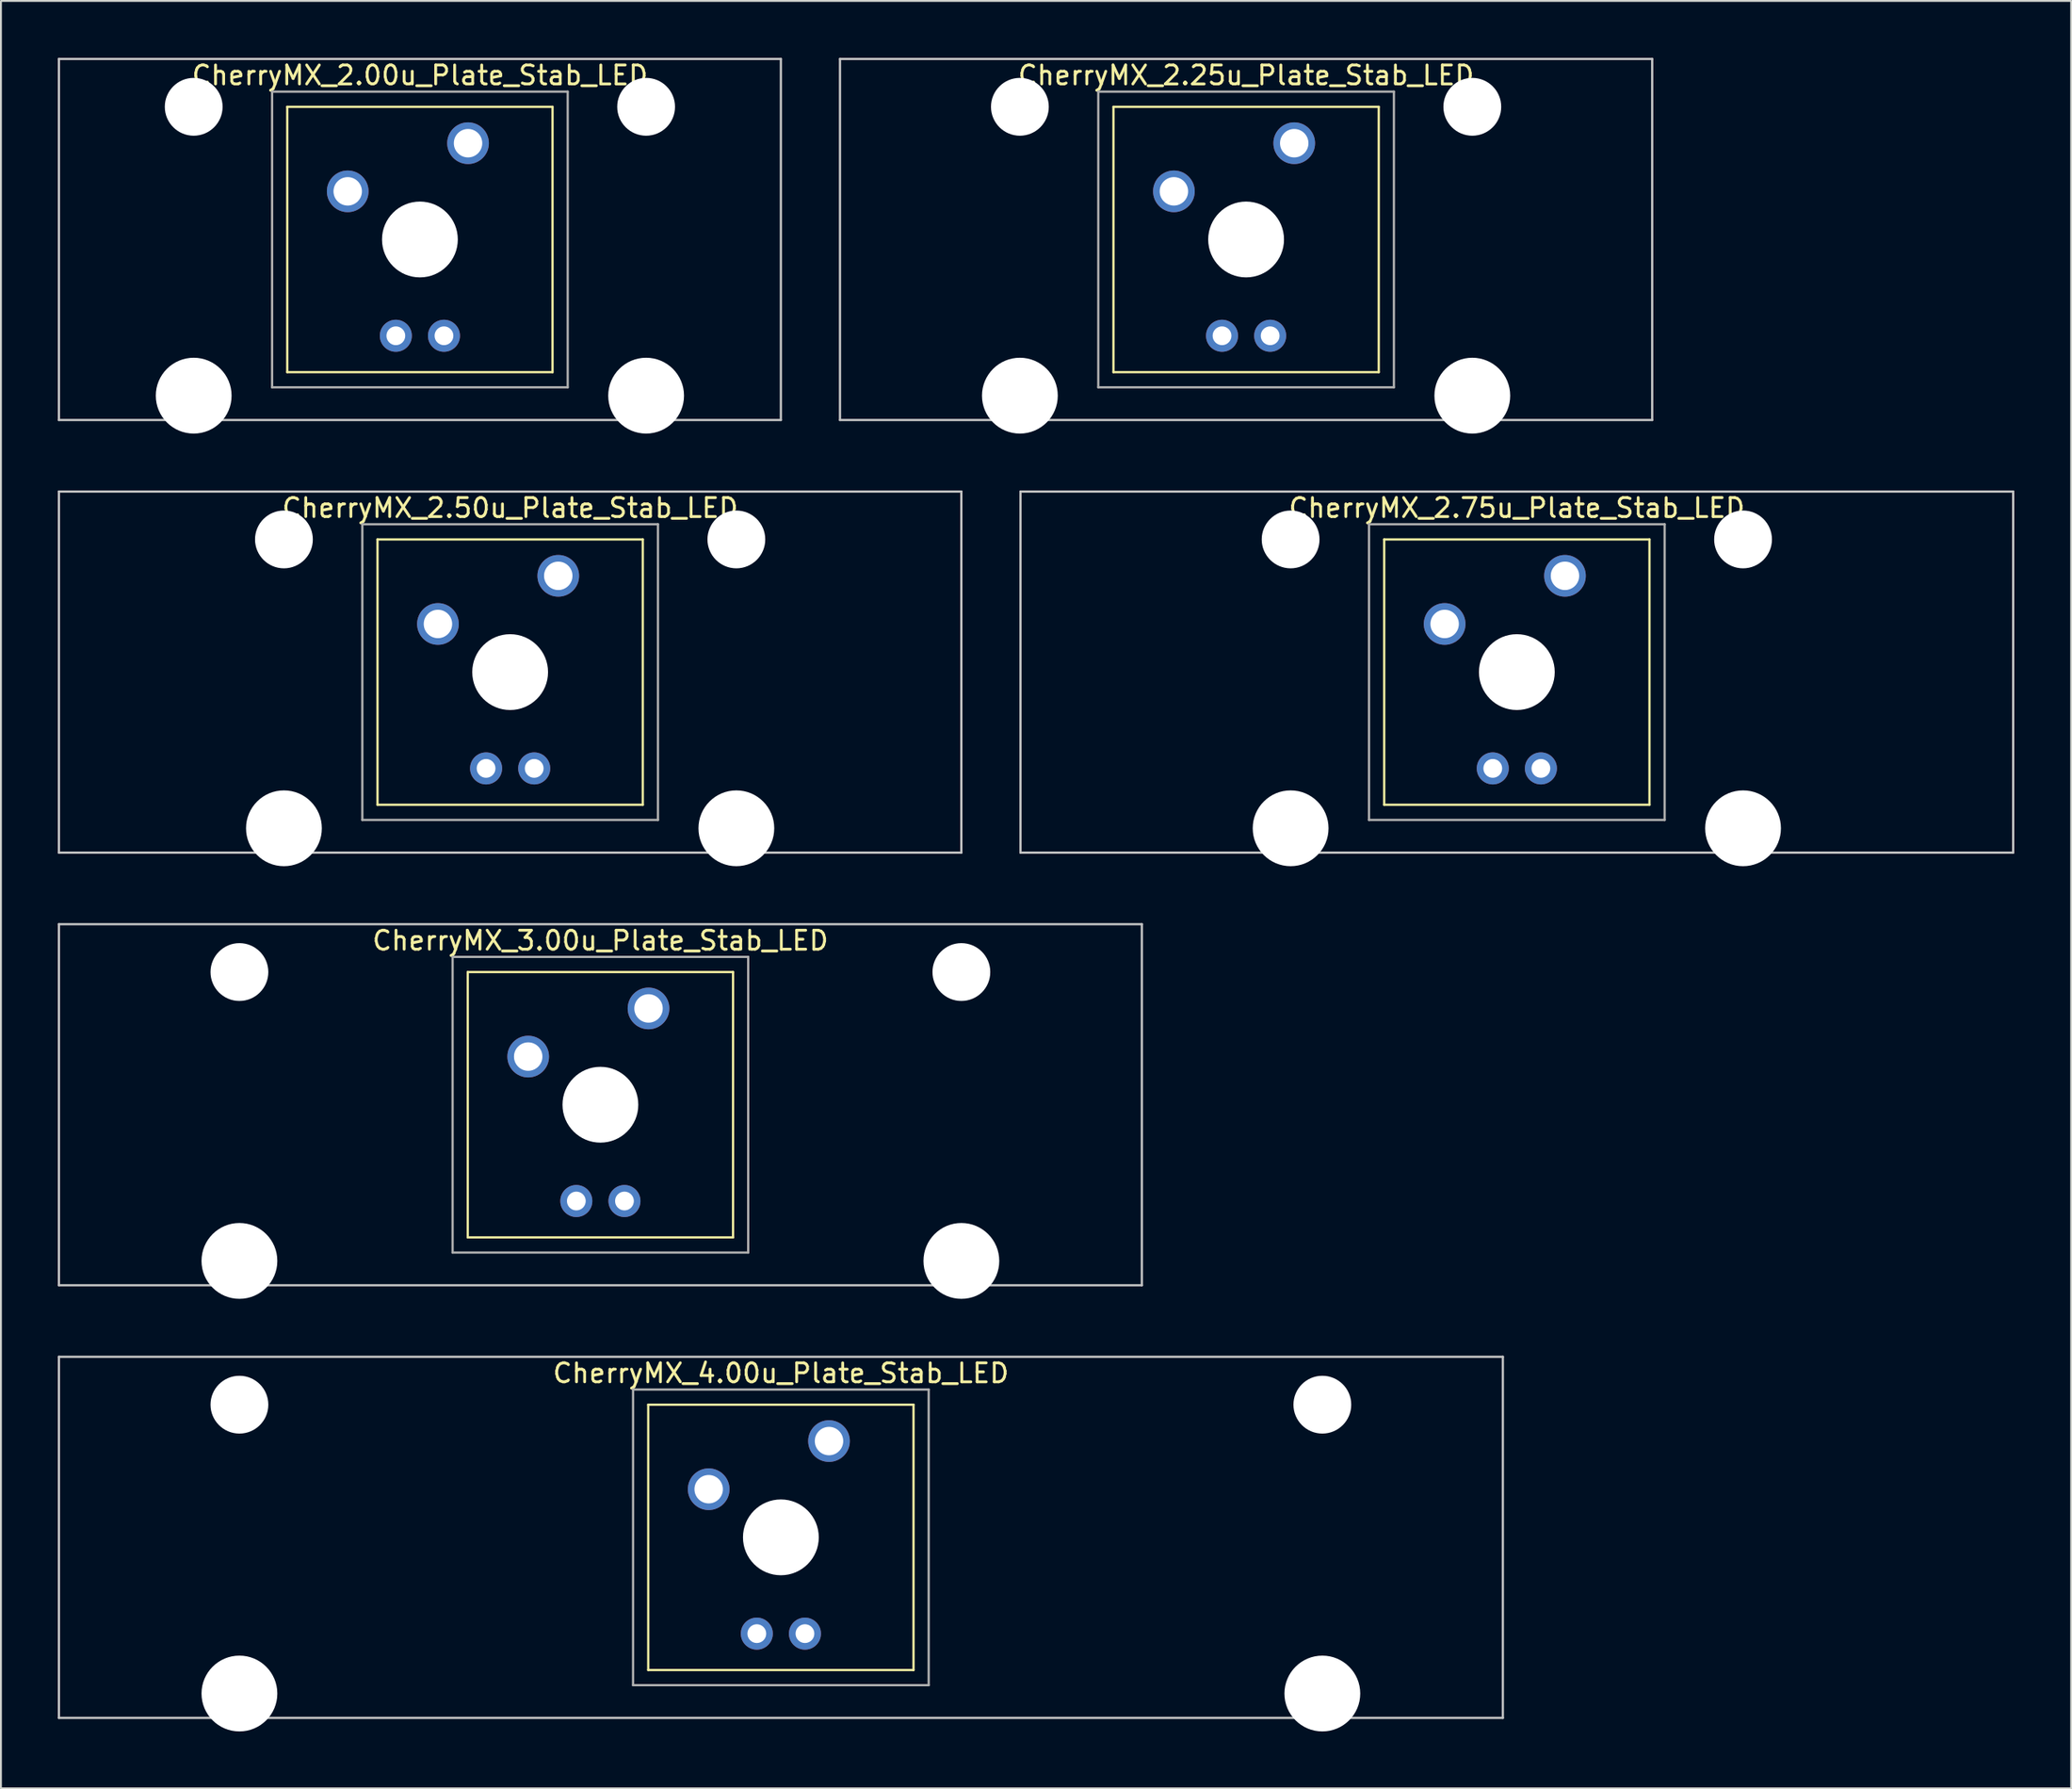
<source format=kicad_pcb>
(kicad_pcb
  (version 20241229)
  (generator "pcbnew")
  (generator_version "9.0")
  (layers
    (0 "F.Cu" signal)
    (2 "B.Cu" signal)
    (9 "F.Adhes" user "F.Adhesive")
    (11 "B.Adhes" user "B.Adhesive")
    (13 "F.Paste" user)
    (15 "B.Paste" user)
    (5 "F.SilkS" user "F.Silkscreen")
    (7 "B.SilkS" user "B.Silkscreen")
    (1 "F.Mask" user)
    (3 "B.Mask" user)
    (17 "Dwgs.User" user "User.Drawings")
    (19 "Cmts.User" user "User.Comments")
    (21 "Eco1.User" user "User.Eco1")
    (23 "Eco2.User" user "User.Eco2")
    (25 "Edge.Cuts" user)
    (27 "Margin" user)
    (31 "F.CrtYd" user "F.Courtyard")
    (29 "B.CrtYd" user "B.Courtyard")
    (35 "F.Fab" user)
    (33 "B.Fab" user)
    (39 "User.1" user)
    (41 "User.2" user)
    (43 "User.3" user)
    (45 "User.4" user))
  (footprint "CherryMX_4.00u_Plate_Stab_LED"
    (layer "F.Cu")
    (at 38.16 78.06)
    (property "Reference" "CherryMX_4.00u_Plate_Stab_LED" (at 0 -8.662 0) (layer "F.SilkS") (effects (font (size 1 1) (thickness 0.15))))
    (attr through_hole)
    (fp_line (start -7 -7) (end -7 7) (stroke (width 0.12) (type solid)) (layer "F.SilkS"))
    (fp_line (start -7 -7) (end 7 -7) (stroke (width 0.12) (type solid)) (layer "F.SilkS"))
    (fp_line (start 7 -7) (end 7 7) (stroke (width 0.12) (type solid)) (layer "F.SilkS"))
    (fp_line (start 7 7) (end -7 7) (stroke (width 0.12) (type solid)) (layer "F.SilkS"))
    (fp_line (start -38.1 -9.525) (end 38.1 -9.525) (stroke (width 0.12) (type solid)) (layer "Dwgs.User"))
    (fp_line (start -38.1 9.525) (end -38.1 -9.525) (stroke (width 0.12) (type solid)) (layer "Dwgs.User"))
    (fp_line (start 38.1 -9.525) (end 38.1 9.525) (stroke (width 0.12) (type solid)) (layer "Dwgs.User"))
    (fp_line (start 38.1 9.525) (end -38.1 9.525) (stroke (width 0.12) (type solid)) (layer "Dwgs.User"))
    (fp_line (start -7.8 -7.8) (end -7.8 7.8) (stroke (width 0.12) (type solid)) (layer "F.Fab"))
    (fp_line (start -7.8 -7.8) (end 7.8 -7.8) (stroke (width 0.12) (type solid)) (layer "F.Fab"))
    (fp_line (start -7.8 7.8) (end 7.8 7.8) (stroke (width 0.12) (type solid)) (layer "F.Fab"))
    (fp_line (start 7.8 -7.8) (end 7.8 7.8) (stroke (width 0.12) (type solid)) (layer "F.Fab"))
    (pad "" np_thru_hole circle (at -28.575 -7) (size 3.05 3.05) (drill 3.05) (layers "*.Cu" "*.Mask"))
    (pad "" np_thru_hole circle (at -28.575 8.24) (size 4 4) (drill 4) (layers "*.Cu" "*.Mask"))
    (pad "" np_thru_hole circle (at 0 0) (size 4 4) (drill 4) (layers "*.Cu" "*.Mask"))
    (pad "" np_thru_hole circle (at 28.575 -7) (size 3.05 3.05) (drill 3.05) (layers "*.Cu" "*.Mask"))
    (pad "" np_thru_hole circle (at 28.575 8.24) (size 4 4) (drill 4) (layers "*.Cu" "*.Mask"))
    (pad "1" thru_hole circle (at -3.81 -2.54) (size 2.2 2.2) (drill 1.5) (layers "*.Cu" "*.Mask"))
    (pad "2" thru_hole circle (at 2.54 -5.08) (size 2.2 2.2) (drill 1.5) (layers "*.Cu" "*.Mask"))
    (pad "3" thru_hole circle (at -1.27 5.08) (size 1.691 1.691) (drill 0.991) (layers "*.Cu" "*.Mask"))
    (pad "4" thru_hole circle (at 1.27 5.08) (size 1.691 1.691) (drill 0.991) (layers "*.Cu" "*.Mask")))
  (footprint "CherryMX_2.75u_Plate_Stab_LED"
    (layer "F.Cu")
    (at 76.999 32.41)
    (property "Reference" "CherryMX_2.75u_Plate_Stab_LED" (at 0 -8.662 0) (layer "F.SilkS") (effects (font (size 1 1) (thickness 0.15))))
    (attr through_hole)
    (fp_line (start -7 -7) (end -7 7) (stroke (width 0.12) (type solid)) (layer "F.SilkS"))
    (fp_line (start -7 -7) (end 7 -7) (stroke (width 0.12) (type solid)) (layer "F.SilkS"))
    (fp_line (start 7 -7) (end 7 7) (stroke (width 0.12) (type solid)) (layer "F.SilkS"))
    (fp_line (start 7 7) (end -7 7) (stroke (width 0.12) (type solid)) (layer "F.SilkS"))
    (fp_line (start -26.194 -9.525) (end 26.194 -9.525) (stroke (width 0.12) (type solid)) (layer "Dwgs.User"))
    (fp_line (start -26.194 9.525) (end -26.194 -9.525) (stroke (width 0.12) (type solid)) (layer "Dwgs.User"))
    (fp_line (start 26.194 -9.525) (end 26.194 9.525) (stroke (width 0.12) (type solid)) (layer "Dwgs.User"))
    (fp_line (start 26.194 9.525) (end -26.194 9.525) (stroke (width 0.12) (type solid)) (layer "Dwgs.User"))
    (fp_line (start -7.8 -7.8) (end -7.8 7.8) (stroke (width 0.12) (type solid)) (layer "F.Fab"))
    (fp_line (start -7.8 -7.8) (end 7.8 -7.8) (stroke (width 0.12) (type solid)) (layer "F.Fab"))
    (fp_line (start -7.8 7.8) (end 7.8 7.8) (stroke (width 0.12) (type solid)) (layer "F.Fab"))
    (fp_line (start 7.8 -7.8) (end 7.8 7.8) (stroke (width 0.12) (type solid)) (layer "F.Fab"))
    (pad "" np_thru_hole circle (at -11.938 -7) (size 3.05 3.05) (drill 3.05) (layers "*.Cu" "*.Mask"))
    (pad "" np_thru_hole circle (at -11.938 8.24) (size 4 4) (drill 4) (layers "*.Cu" "*.Mask"))
    (pad "" np_thru_hole circle (at 0 0) (size 4 4) (drill 4) (layers "*.Cu" "*.Mask"))
    (pad "" np_thru_hole circle (at 11.938 -7) (size 3.05 3.05) (drill 3.05) (layers "*.Cu" "*.Mask"))
    (pad "" np_thru_hole circle (at 11.938 8.24) (size 4 4) (drill 4) (layers "*.Cu" "*.Mask"))
    (pad "1" thru_hole circle (at -3.81 -2.54) (size 2.2 2.2) (drill 1.5) (layers "*.Cu" "*.Mask"))
    (pad "2" thru_hole circle (at 2.54 -5.08) (size 2.2 2.2) (drill 1.5) (layers "*.Cu" "*.Mask"))
    (pad "3" thru_hole circle (at -1.27 5.08) (size 1.691 1.691) (drill 0.991) (layers "*.Cu" "*.Mask"))
    (pad "4" thru_hole circle (at 1.27 5.08) (size 1.691 1.691) (drill 0.991) (layers "*.Cu" "*.Mask")))
  (footprint "CherryMX_3.00u_Plate_Stab_LED"
    (layer "F.Cu")
    (at 28.635 55.235)
    (property "Reference" "CherryMX_3.00u_Plate_Stab_LED" (at 0 -8.662 0) (layer "F.SilkS") (effects (font (size 1 1) (thickness 0.15))))
    (attr through_hole)
    (fp_line (start -7 -7) (end -7 7) (stroke (width 0.12) (type solid)) (layer "F.SilkS"))
    (fp_line (start -7 -7) (end 7 -7) (stroke (width 0.12) (type solid)) (layer "F.SilkS"))
    (fp_line (start 7 -7) (end 7 7) (stroke (width 0.12) (type solid)) (layer "F.SilkS"))
    (fp_line (start 7 7) (end -7 7) (stroke (width 0.12) (type solid)) (layer "F.SilkS"))
    (fp_line (start -28.575 -9.525) (end 28.575 -9.525) (stroke (width 0.12) (type solid)) (layer "Dwgs.User"))
    (fp_line (start -28.575 9.525) (end -28.575 -9.525) (stroke (width 0.12) (type solid)) (layer "Dwgs.User"))
    (fp_line (start 28.575 -9.525) (end 28.575 9.525) (stroke (width 0.12) (type solid)) (layer "Dwgs.User"))
    (fp_line (start 28.575 9.525) (end -28.575 9.525) (stroke (width 0.12) (type solid)) (layer "Dwgs.User"))
    (fp_line (start -7.8 -7.8) (end -7.8 7.8) (stroke (width 0.12) (type solid)) (layer "F.Fab"))
    (fp_line (start -7.8 -7.8) (end 7.8 -7.8) (stroke (width 0.12) (type solid)) (layer "F.Fab"))
    (fp_line (start -7.8 7.8) (end 7.8 7.8) (stroke (width 0.12) (type solid)) (layer "F.Fab"))
    (fp_line (start 7.8 -7.8) (end 7.8 7.8) (stroke (width 0.12) (type solid)) (layer "F.Fab"))
    (pad "" np_thru_hole circle (at -19.05 -7) (size 3.05 3.05) (drill 3.05) (layers "*.Cu" "*.Mask"))
    (pad "" np_thru_hole circle (at -19.05 8.24) (size 4 4) (drill 4) (layers "*.Cu" "*.Mask"))
    (pad "" np_thru_hole circle (at 0 0) (size 4 4) (drill 4) (layers "*.Cu" "*.Mask"))
    (pad "" np_thru_hole circle (at 19.05 -7) (size 3.05 3.05) (drill 3.05) (layers "*.Cu" "*.Mask"))
    (pad "" np_thru_hole circle (at 19.05 8.24) (size 4 4) (drill 4) (layers "*.Cu" "*.Mask"))
    (pad "1" thru_hole circle (at -3.81 -2.54) (size 2.2 2.2) (drill 1.5) (layers "*.Cu" "*.Mask"))
    (pad "2" thru_hole circle (at 2.54 -5.08) (size 2.2 2.2) (drill 1.5) (layers "*.Cu" "*.Mask"))
    (pad "3" thru_hole circle (at -1.27 5.08) (size 1.691 1.691) (drill 0.991) (layers "*.Cu" "*.Mask"))
    (pad "4" thru_hole circle (at 1.27 5.08) (size 1.691 1.691) (drill 0.991) (layers "*.Cu" "*.Mask")))
  (footprint "CherryMX_2.25u_Plate_Stab_LED"
    (layer "F.Cu")
    (at 62.711 9.585)
    (property "Reference" "CherryMX_2.25u_Plate_Stab_LED" (at 0 -8.662 0) (layer "F.SilkS") (effects (font (size 1 1) (thickness 0.15))))
    (attr through_hole)
    (fp_line (start -7 -7) (end -7 7) (stroke (width 0.12) (type solid)) (layer "F.SilkS"))
    (fp_line (start -7 -7) (end 7 -7) (stroke (width 0.12) (type solid)) (layer "F.SilkS"))
    (fp_line (start 7 -7) (end 7 7) (stroke (width 0.12) (type solid)) (layer "F.SilkS"))
    (fp_line (start 7 7) (end -7 7) (stroke (width 0.12) (type solid)) (layer "F.SilkS"))
    (fp_line (start -21.431 -9.525) (end 21.431 -9.525) (stroke (width 0.12) (type solid)) (layer "Dwgs.User"))
    (fp_line (start -21.431 9.525) (end -21.431 -9.525) (stroke (width 0.12) (type solid)) (layer "Dwgs.User"))
    (fp_line (start 21.431 -9.525) (end 21.431 9.525) (stroke (width 0.12) (type solid)) (layer "Dwgs.User"))
    (fp_line (start 21.431 9.525) (end -21.431 9.525) (stroke (width 0.12) (type solid)) (layer "Dwgs.User"))
    (fp_line (start -7.8 -7.8) (end -7.8 7.8) (stroke (width 0.12) (type solid)) (layer "F.Fab"))
    (fp_line (start -7.8 -7.8) (end 7.8 -7.8) (stroke (width 0.12) (type solid)) (layer "F.Fab"))
    (fp_line (start -7.8 7.8) (end 7.8 7.8) (stroke (width 0.12) (type solid)) (layer "F.Fab"))
    (fp_line (start 7.8 -7.8) (end 7.8 7.8) (stroke (width 0.12) (type solid)) (layer "F.Fab"))
    (pad "" np_thru_hole circle (at -11.938 -7) (size 3.05 3.05) (drill 3.05) (layers "*.Cu" "*.Mask"))
    (pad "" np_thru_hole circle (at -11.938 8.24) (size 4 4) (drill 4) (layers "*.Cu" "*.Mask"))
    (pad "" np_thru_hole circle (at 0 0) (size 4 4) (drill 4) (layers "*.Cu" "*.Mask"))
    (pad "" np_thru_hole circle (at 11.938 -7) (size 3.05 3.05) (drill 3.05) (layers "*.Cu" "*.Mask"))
    (pad "" np_thru_hole circle (at 11.938 8.24) (size 4 4) (drill 4) (layers "*.Cu" "*.Mask"))
    (pad "1" thru_hole circle (at -3.81 -2.54) (size 2.2 2.2) (drill 1.5) (layers "*.Cu" "*.Mask"))
    (pad "2" thru_hole circle (at 2.54 -5.08) (size 2.2 2.2) (drill 1.5) (layers "*.Cu" "*.Mask"))
    (pad "3" thru_hole circle (at -1.27 5.08) (size 1.691 1.691) (drill 0.991) (layers "*.Cu" "*.Mask"))
    (pad "4" thru_hole circle (at 1.27 5.08) (size 1.691 1.691) (drill 0.991) (layers "*.Cu" "*.Mask")))
  (footprint "CherryMX_2.00u_Plate_Stab_LED"
    (layer "F.Cu")
    (at 19.11 9.585)
    (property "Reference" "CherryMX_2.00u_Plate_Stab_LED" (at 0 -8.662 0) (layer "F.SilkS") (effects (font (size 1 1) (thickness 0.15))))
    (attr through_hole)
    (fp_line (start -7 -7) (end -7 7) (stroke (width 0.12) (type solid)) (layer "F.SilkS"))
    (fp_line (start -7 -7) (end 7 -7) (stroke (width 0.12) (type solid)) (layer "F.SilkS"))
    (fp_line (start 7 -7) (end 7 7) (stroke (width 0.12) (type solid)) (layer "F.SilkS"))
    (fp_line (start 7 7) (end -7 7) (stroke (width 0.12) (type solid)) (layer "F.SilkS"))
    (fp_line (start -19.05 -9.525) (end 19.05 -9.525) (stroke (width 0.12) (type solid)) (layer "Dwgs.User"))
    (fp_line (start -19.05 9.525) (end -19.05 -9.525) (stroke (width 0.12) (type solid)) (layer "Dwgs.User"))
    (fp_line (start 19.05 -9.525) (end 19.05 9.525) (stroke (width 0.12) (type solid)) (layer "Dwgs.User"))
    (fp_line (start 19.05 9.525) (end -19.05 9.525) (stroke (width 0.12) (type solid)) (layer "Dwgs.User"))
    (fp_line (start -7.8 -7.8) (end -7.8 7.8) (stroke (width 0.12) (type solid)) (layer "F.Fab"))
    (fp_line (start -7.8 -7.8) (end 7.8 -7.8) (stroke (width 0.12) (type solid)) (layer "F.Fab"))
    (fp_line (start -7.8 7.8) (end 7.8 7.8) (stroke (width 0.12) (type solid)) (layer "F.Fab"))
    (fp_line (start 7.8 -7.8) (end 7.8 7.8) (stroke (width 0.12) (type solid)) (layer "F.Fab"))
    (pad "" np_thru_hole circle (at -11.938 -7) (size 3.05 3.05) (drill 3.05) (layers "*.Cu" "*.Mask"))
    (pad "" np_thru_hole circle (at -11.938 8.24) (size 4 4) (drill 4) (layers "*.Cu" "*.Mask"))
    (pad "" np_thru_hole circle (at 0 0) (size 4 4) (drill 4) (layers "*.Cu" "*.Mask"))
    (pad "" np_thru_hole circle (at 11.938 -7) (size 3.05 3.05) (drill 3.05) (layers "*.Cu" "*.Mask"))
    (pad "" np_thru_hole circle (at 11.938 8.24) (size 4 4) (drill 4) (layers "*.Cu" "*.Mask"))
    (pad "1" thru_hole circle (at -3.81 -2.54) (size 2.2 2.2) (drill 1.5) (layers "*.Cu" "*.Mask"))
    (pad "2" thru_hole circle (at 2.54 -5.08) (size 2.2 2.2) (drill 1.5) (layers "*.Cu" "*.Mask"))
    (pad "3" thru_hole circle (at -1.27 5.08) (size 1.691 1.691) (drill 0.991) (layers "*.Cu" "*.Mask"))
    (pad "4" thru_hole circle (at 1.27 5.08) (size 1.691 1.691) (drill 0.991) (layers "*.Cu" "*.Mask")))
  (footprint "CherryMX_2.50u_Plate_Stab_LED"
    (layer "F.Cu")
    (at 23.872 32.41)
    (property "Reference" "CherryMX_2.50u_Plate_Stab_LED" (at 0 -8.662 0) (layer "F.SilkS") (effects (font (size 1 1) (thickness 0.15))))
    (attr through_hole)
    (fp_line (start -7 -7) (end -7 7) (stroke (width 0.12) (type solid)) (layer "F.SilkS"))
    (fp_line (start -7 -7) (end 7 -7) (stroke (width 0.12) (type solid)) (layer "F.SilkS"))
    (fp_line (start 7 -7) (end 7 7) (stroke (width 0.12) (type solid)) (layer "F.SilkS"))
    (fp_line (start 7 7) (end -7 7) (stroke (width 0.12) (type solid)) (layer "F.SilkS"))
    (fp_line (start -23.812 -9.525) (end 23.812 -9.525) (stroke (width 0.12) (type solid)) (layer "Dwgs.User"))
    (fp_line (start -23.812 9.525) (end -23.812 -9.525) (stroke (width 0.12) (type solid)) (layer "Dwgs.User"))
    (fp_line (start 23.812 -9.525) (end 23.812 9.525) (stroke (width 0.12) (type solid)) (layer "Dwgs.User"))
    (fp_line (start 23.812 9.525) (end -23.812 9.525) (stroke (width 0.12) (type solid)) (layer "Dwgs.User"))
    (fp_line (start -7.8 -7.8) (end -7.8 7.8) (stroke (width 0.12) (type solid)) (layer "F.Fab"))
    (fp_line (start -7.8 -7.8) (end 7.8 -7.8) (stroke (width 0.12) (type solid)) (layer "F.Fab"))
    (fp_line (start -7.8 7.8) (end 7.8 7.8) (stroke (width 0.12) (type solid)) (layer "F.Fab"))
    (fp_line (start 7.8 -7.8) (end 7.8 7.8) (stroke (width 0.12) (type solid)) (layer "F.Fab"))
    (pad "" np_thru_hole circle (at -11.938 -7) (size 3.05 3.05) (drill 3.05) (layers "*.Cu" "*.Mask"))
    (pad "" np_thru_hole circle (at -11.938 8.24) (size 4 4) (drill 4) (layers "*.Cu" "*.Mask"))
    (pad "" np_thru_hole circle (at 0 0) (size 4 4) (drill 4) (layers "*.Cu" "*.Mask"))
    (pad "" np_thru_hole circle (at 11.938 -7) (size 3.05 3.05) (drill 3.05) (layers "*.Cu" "*.Mask"))
    (pad "" np_thru_hole circle (at 11.938 8.24) (size 4 4) (drill 4) (layers "*.Cu" "*.Mask"))
    (pad "1" thru_hole circle (at -3.81 -2.54) (size 2.2 2.2) (drill 1.5) (layers "*.Cu" "*.Mask"))
    (pad "2" thru_hole circle (at 2.54 -5.08) (size 2.2 2.2) (drill 1.5) (layers "*.Cu" "*.Mask"))
    (pad "3" thru_hole circle (at -1.27 5.08) (size 1.691 1.691) (drill 0.991) (layers "*.Cu" "*.Mask"))
    (pad "4" thru_hole circle (at 1.27 5.08) (size 1.691 1.691) (drill 0.991) (layers "*.Cu" "*.Mask")))
  (gr_rect
    (start -3 -3)
    (end 106.252 91.3)
    (stroke (width 0.1) (type default))
    (fill no)
    (layer "Edge.Cuts")))
</source>
